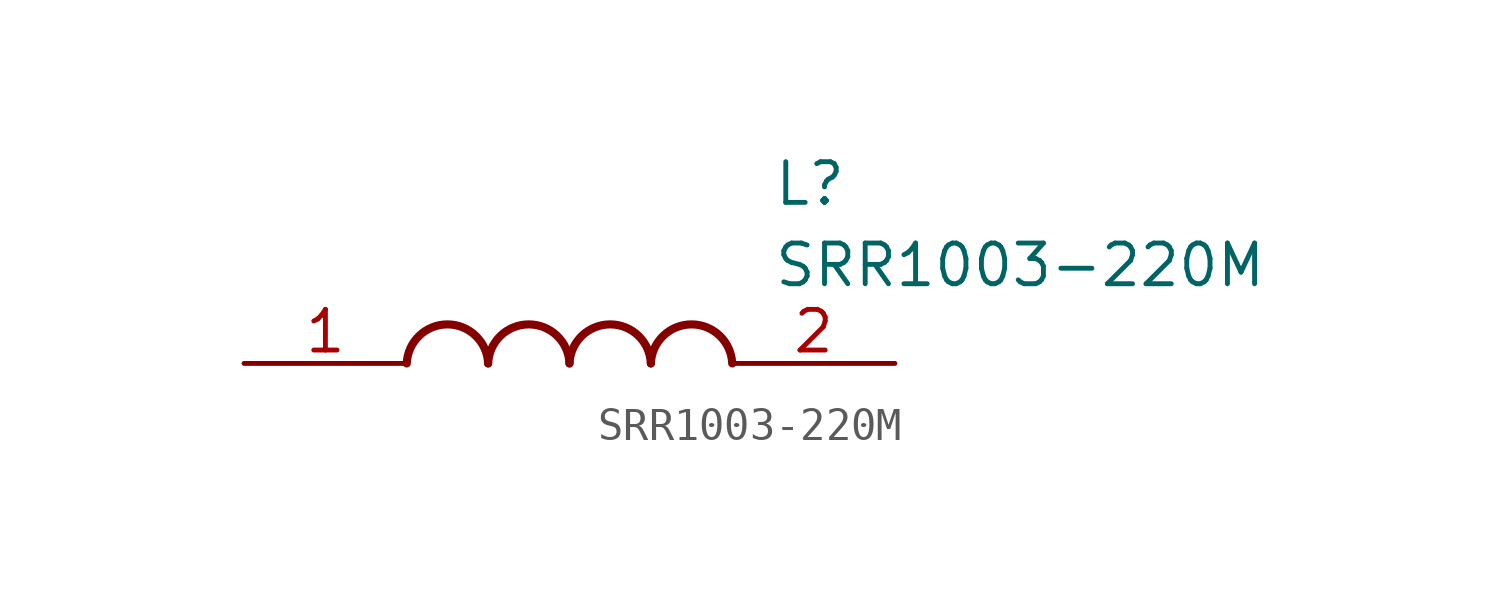
<source format=kicad_sym>
(kicad_symbol_lib
  (version 20211014)
  (generator SamacSys_ECAD_Model)
  (symbol "SRR1003-220M"
    (pin_names hide)
    (property "Reference" "L"
      (at 16.51 6.35 0)
      (effects (font (size 1.27 1.27)) (justify left top)))
    (property "Value" "SRR1003-220M"
      (at 16.51 3.81 0)
      (effects (font (size 1.27 1.27)) (justify left top)))
    (arc
      (start 7.62 0)
      (mid 6.35 1.219)
      (end 5.08 0)
      (stroke (width 0.254) (type default))
      (fill (type none)))
    (arc
      (start 10.16 0)
      (mid 8.89 1.219)
      (end 7.62 0)
      (stroke (width 0.254) (type default))
      (fill (type none)))
    (arc
      (start 12.7 0)
      (mid 11.43 1.219)
      (end 10.16 0)
      (stroke (width 0.254) (type default))
      (fill (type none)))
    (arc
      (start 15.24 0)
      (mid 13.97 1.219)
      (end 12.7 0)
      (stroke (width 0.254) (type default))
      (fill (type none)))
    (pin passive line
      (at 0 0 0)
      (length 5.08)
      (name "1" (effects (font (size 1.27 1.27))))
      (number "1" (effects (font (size 1.27 1.27)))))
    (pin passive line
      (at 20.32 0 180)
      (length 5.08)
      (name "2" (effects (font (size 1.27 1.27))))
      (number "2" (effects (font (size 1.27 1.27)))))))
</source>
